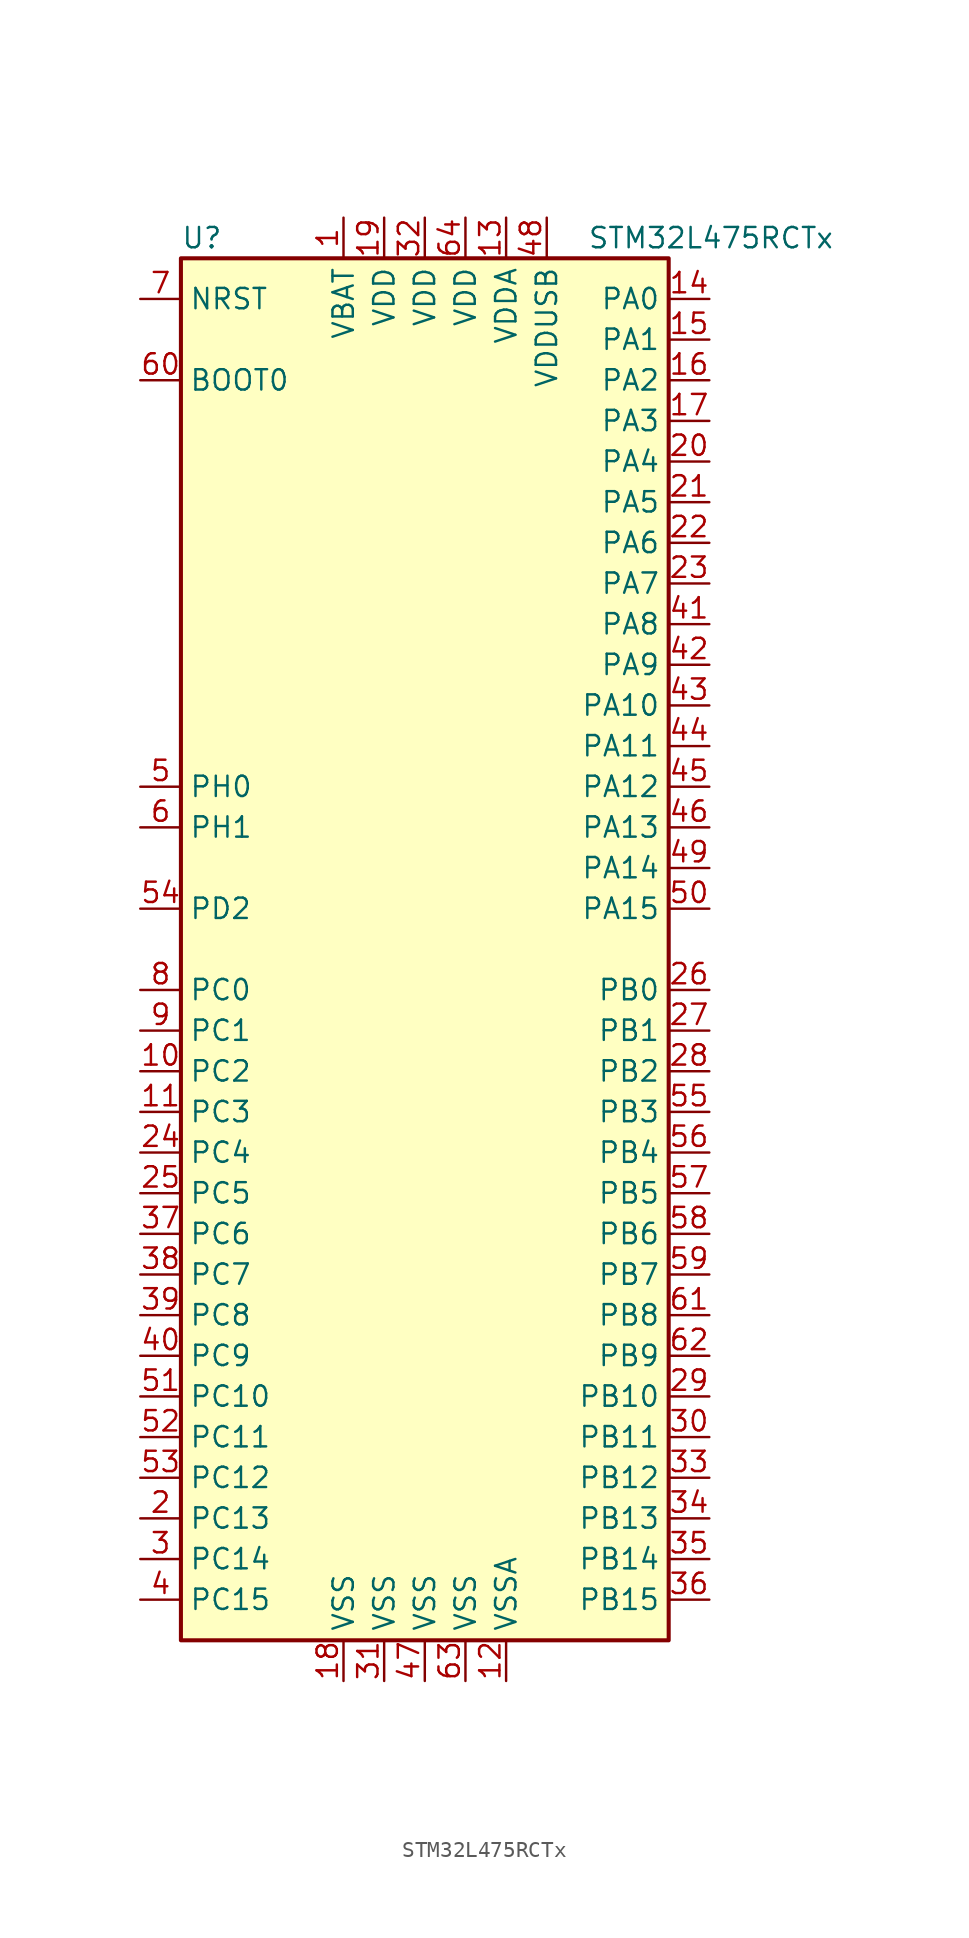
<source format=kicad_sym>
(kicad_symbol_lib
  (version 20201005)
  (generator kicad_symbol_editor)
  (symbol "STM32L475RCTx"
    (property "Reference" "U"
      (at -15.24 44.45 0)
      (effects (font (size 1.27 1.27)) (justify left)))
    (property "Value" "STM32L475RCTx"
      (at 10.16 44.45 0)
      (effects (font (size 1.27 1.27)) (justify left)))
    (symbol "STM32L475RCTx_0_1"
      (rectangle (start -15.24 -43.18) (end 15.24 43.18) (stroke (width 0.254)) (fill (type background))))
    (symbol "STM32L475RCTx_1_1"
      (pin input line (at -17.78 35.56 0) (length 2.54) (name "BOOT0" (effects (font (size 1.27 1.27)))) (number "60" (effects (font (size 1.27 1.27)))))
      (pin input line (at -17.78 40.64 0) (length 2.54) (name "NRST" (effects (font (size 1.27 1.27)))) (number "7" (effects (font (size 1.27 1.27)))))
      (pin bidirectional line (at 17.78 40.64 180) (length 2.54) (name "PA0" (effects (font (size 1.27 1.27)))) (number "14" (effects (font (size 1.27 1.27)))))
      (pin bidirectional line (at 17.78 38.1 180) (length 2.54) (name "PA1" (effects (font (size 1.27 1.27)))) (number "15" (effects (font (size 1.27 1.27)))))
      (pin bidirectional line (at 17.78 15.24 180) (length 2.54) (name "PA10" (effects (font (size 1.27 1.27)))) (number "43" (effects (font (size 1.27 1.27)))))
      (pin bidirectional line (at 17.78 12.7 180) (length 2.54) (name "PA11" (effects (font (size 1.27 1.27)))) (number "44" (effects (font (size 1.27 1.27)))))
      (pin bidirectional line (at 17.78 10.16 180) (length 2.54) (name "PA12" (effects (font (size 1.27 1.27)))) (number "45" (effects (font (size 1.27 1.27)))))
      (pin bidirectional line (at 17.78 7.62 180) (length 2.54) (name "PA13" (effects (font (size 1.27 1.27)))) (number "46" (effects (font (size 1.27 1.27)))))
      (pin bidirectional line (at 17.78 5.08 180) (length 2.54) (name "PA14" (effects (font (size 1.27 1.27)))) (number "49" (effects (font (size 1.27 1.27)))))
      (pin bidirectional line (at 17.78 2.54 180) (length 2.54) (name "PA15" (effects (font (size 1.27 1.27)))) (number "50" (effects (font (size 1.27 1.27)))))
      (pin bidirectional line (at 17.78 35.56 180) (length 2.54) (name "PA2" (effects (font (size 1.27 1.27)))) (number "16" (effects (font (size 1.27 1.27)))))
      (pin bidirectional line (at 17.78 33.02 180) (length 2.54) (name "PA3" (effects (font (size 1.27 1.27)))) (number "17" (effects (font (size 1.27 1.27)))))
      (pin bidirectional line (at 17.78 30.48 180) (length 2.54) (name "PA4" (effects (font (size 1.27 1.27)))) (number "20" (effects (font (size 1.27 1.27)))))
      (pin bidirectional line (at 17.78 27.94 180) (length 2.54) (name "PA5" (effects (font (size 1.27 1.27)))) (number "21" (effects (font (size 1.27 1.27)))))
      (pin bidirectional line (at 17.78 25.4 180) (length 2.54) (name "PA6" (effects (font (size 1.27 1.27)))) (number "22" (effects (font (size 1.27 1.27)))))
      (pin bidirectional line (at 17.78 22.86 180) (length 2.54) (name "PA7" (effects (font (size 1.27 1.27)))) (number "23" (effects (font (size 1.27 1.27)))))
      (pin bidirectional line (at 17.78 20.32 180) (length 2.54) (name "PA8" (effects (font (size 1.27 1.27)))) (number "41" (effects (font (size 1.27 1.27)))))
      (pin bidirectional line (at 17.78 17.78 180) (length 2.54) (name "PA9" (effects (font (size 1.27 1.27)))) (number "42" (effects (font (size 1.27 1.27)))))
      (pin bidirectional line (at 17.78 -2.54 180) (length 2.54) (name "PB0" (effects (font (size 1.27 1.27)))) (number "26" (effects (font (size 1.27 1.27)))))
      (pin bidirectional line (at 17.78 -5.08 180) (length 2.54) (name "PB1" (effects (font (size 1.27 1.27)))) (number "27" (effects (font (size 1.27 1.27)))))
      (pin bidirectional line (at 17.78 -27.94 180) (length 2.54) (name "PB10" (effects (font (size 1.27 1.27)))) (number "29" (effects (font (size 1.27 1.27)))))
      (pin bidirectional line (at 17.78 -30.48 180) (length 2.54) (name "PB11" (effects (font (size 1.27 1.27)))) (number "30" (effects (font (size 1.27 1.27)))))
      (pin bidirectional line (at 17.78 -33.02 180) (length 2.54) (name "PB12" (effects (font (size 1.27 1.27)))) (number "33" (effects (font (size 1.27 1.27)))))
      (pin bidirectional line (at 17.78 -35.56 180) (length 2.54) (name "PB13" (effects (font (size 1.27 1.27)))) (number "34" (effects (font (size 1.27 1.27)))))
      (pin bidirectional line (at 17.78 -38.1 180) (length 2.54) (name "PB14" (effects (font (size 1.27 1.27)))) (number "35" (effects (font (size 1.27 1.27)))))
      (pin bidirectional line (at 17.78 -40.64 180) (length 2.54) (name "PB15" (effects (font (size 1.27 1.27)))) (number "36" (effects (font (size 1.27 1.27)))))
      (pin bidirectional line (at 17.78 -7.62 180) (length 2.54) (name "PB2" (effects (font (size 1.27 1.27)))) (number "28" (effects (font (size 1.27 1.27)))))
      (pin bidirectional line (at 17.78 -10.16 180) (length 2.54) (name "PB3" (effects (font (size 1.27 1.27)))) (number "55" (effects (font (size 1.27 1.27)))))
      (pin bidirectional line (at 17.78 -12.7 180) (length 2.54) (name "PB4" (effects (font (size 1.27 1.27)))) (number "56" (effects (font (size 1.27 1.27)))))
      (pin bidirectional line (at 17.78 -15.24 180) (length 2.54) (name "PB5" (effects (font (size 1.27 1.27)))) (number "57" (effects (font (size 1.27 1.27)))))
      (pin bidirectional line (at 17.78 -17.78 180) (length 2.54) (name "PB6" (effects (font (size 1.27 1.27)))) (number "58" (effects (font (size 1.27 1.27)))))
      (pin bidirectional line (at 17.78 -20.32 180) (length 2.54) (name "PB7" (effects (font (size 1.27 1.27)))) (number "59" (effects (font (size 1.27 1.27)))))
      (pin bidirectional line (at 17.78 -22.86 180) (length 2.54) (name "PB8" (effects (font (size 1.27 1.27)))) (number "61" (effects (font (size 1.27 1.27)))))
      (pin bidirectional line (at 17.78 -25.4 180) (length 2.54) (name "PB9" (effects (font (size 1.27 1.27)))) (number "62" (effects (font (size 1.27 1.27)))))
      (pin bidirectional line (at -17.78 -2.54 0) (length 2.54) (name "PC0" (effects (font (size 1.27 1.27)))) (number "8" (effects (font (size 1.27 1.27)))))
      (pin bidirectional line (at -17.78 -5.08 0) (length 2.54) (name "PC1" (effects (font (size 1.27 1.27)))) (number "9" (effects (font (size 1.27 1.27)))))
      (pin bidirectional line (at -17.78 -27.94 0) (length 2.54) (name "PC10" (effects (font (size 1.27 1.27)))) (number "51" (effects (font (size 1.27 1.27)))))
      (pin bidirectional line (at -17.78 -30.48 0) (length 2.54) (name "PC11" (effects (font (size 1.27 1.27)))) (number "52" (effects (font (size 1.27 1.27)))))
      (pin bidirectional line (at -17.78 -33.02 0) (length 2.54) (name "PC12" (effects (font (size 1.27 1.27)))) (number "53" (effects (font (size 1.27 1.27)))))
      (pin bidirectional line (at -17.78 -35.56 0) (length 2.54) (name "PC13" (effects (font (size 1.27 1.27)))) (number "2" (effects (font (size 1.27 1.27)))))
      (pin bidirectional line (at -17.78 -38.1 0) (length 2.54) (name "PC14" (effects (font (size 1.27 1.27)))) (number "3" (effects (font (size 1.27 1.27)))))
      (pin bidirectional line (at -17.78 -40.64 0) (length 2.54) (name "PC15" (effects (font (size 1.27 1.27)))) (number "4" (effects (font (size 1.27 1.27)))))
      (pin bidirectional line (at -17.78 -7.62 0) (length 2.54) (name "PC2" (effects (font (size 1.27 1.27)))) (number "10" (effects (font (size 1.27 1.27)))))
      (pin bidirectional line (at -17.78 -10.16 0) (length 2.54) (name "PC3" (effects (font (size 1.27 1.27)))) (number "11" (effects (font (size 1.27 1.27)))))
      (pin bidirectional line (at -17.78 -12.7 0) (length 2.54) (name "PC4" (effects (font (size 1.27 1.27)))) (number "24" (effects (font (size 1.27 1.27)))))
      (pin bidirectional line (at -17.78 -15.24 0) (length 2.54) (name "PC5" (effects (font (size 1.27 1.27)))) (number "25" (effects (font (size 1.27 1.27)))))
      (pin bidirectional line (at -17.78 -17.78 0) (length 2.54) (name "PC6" (effects (font (size 1.27 1.27)))) (number "37" (effects (font (size 1.27 1.27)))))
      (pin bidirectional line (at -17.78 -20.32 0) (length 2.54) (name "PC7" (effects (font (size 1.27 1.27)))) (number "38" (effects (font (size 1.27 1.27)))))
      (pin bidirectional line (at -17.78 -22.86 0) (length 2.54) (name "PC8" (effects (font (size 1.27 1.27)))) (number "39" (effects (font (size 1.27 1.27)))))
      (pin bidirectional line (at -17.78 -25.4 0) (length 2.54) (name "PC9" (effects (font (size 1.27 1.27)))) (number "40" (effects (font (size 1.27 1.27)))))
      (pin bidirectional line (at -17.78 2.54 0) (length 2.54) (name "PD2" (effects (font (size 1.27 1.27)))) (number "54" (effects (font (size 1.27 1.27)))))
      (pin input line (at -17.78 10.16 0) (length 2.54) (name "PH0" (effects (font (size 1.27 1.27)))) (number "5" (effects (font (size 1.27 1.27)))))
      (pin input line (at -17.78 7.62 0) (length 2.54) (name "PH1" (effects (font (size 1.27 1.27)))) (number "6" (effects (font (size 1.27 1.27)))))
      (pin power_in line (at -5.08 45.72 270) (length 2.54) (name "VBAT" (effects (font (size 1.27 1.27)))) (number "1" (effects (font (size 1.27 1.27)))))
      (pin power_in line (at -2.54 45.72 270) (length 2.54) (name "VDD" (effects (font (size 1.27 1.27)))) (number "19" (effects (font (size 1.27 1.27)))))
      (pin power_in line (at 0 45.72 270) (length 2.54) (name "VDD" (effects (font (size 1.27 1.27)))) (number "32" (effects (font (size 1.27 1.27)))))
      (pin power_in line (at 2.54 45.72 270) (length 2.54) (name "VDD" (effects (font (size 1.27 1.27)))) (number "64" (effects (font (size 1.27 1.27)))))
      (pin power_in line (at 5.08 45.72 270) (length 2.54) (name "VDDA" (effects (font (size 1.27 1.27)))) (number "13" (effects (font (size 1.27 1.27)))))
      (pin power_in line (at 7.62 45.72 270) (length 2.54) (name "VDDUSB" (effects (font (size 1.27 1.27)))) (number "48" (effects (font (size 1.27 1.27)))))
      (pin power_in line (at -5.08 -45.72 90) (length 2.54) (name "VSS" (effects (font (size 1.27 1.27)))) (number "18" (effects (font (size 1.27 1.27)))))
      (pin power_in line (at -2.54 -45.72 90) (length 2.54) (name "VSS" (effects (font (size 1.27 1.27)))) (number "31" (effects (font (size 1.27 1.27)))))
      (pin power_in line (at 0 -45.72 90) (length 2.54) (name "VSS" (effects (font (size 1.27 1.27)))) (number "47" (effects (font (size 1.27 1.27)))))
      (pin power_in line (at 2.54 -45.72 90) (length 2.54) (name "VSS" (effects (font (size 1.27 1.27)))) (number "63" (effects (font (size 1.27 1.27)))))
      (pin power_in line (at 5.08 -45.72 90) (length 2.54) (name "VSSA" (effects (font (size 1.27 1.27)))) (number "12" (effects (font (size 1.27 1.27))))))))
</source>
